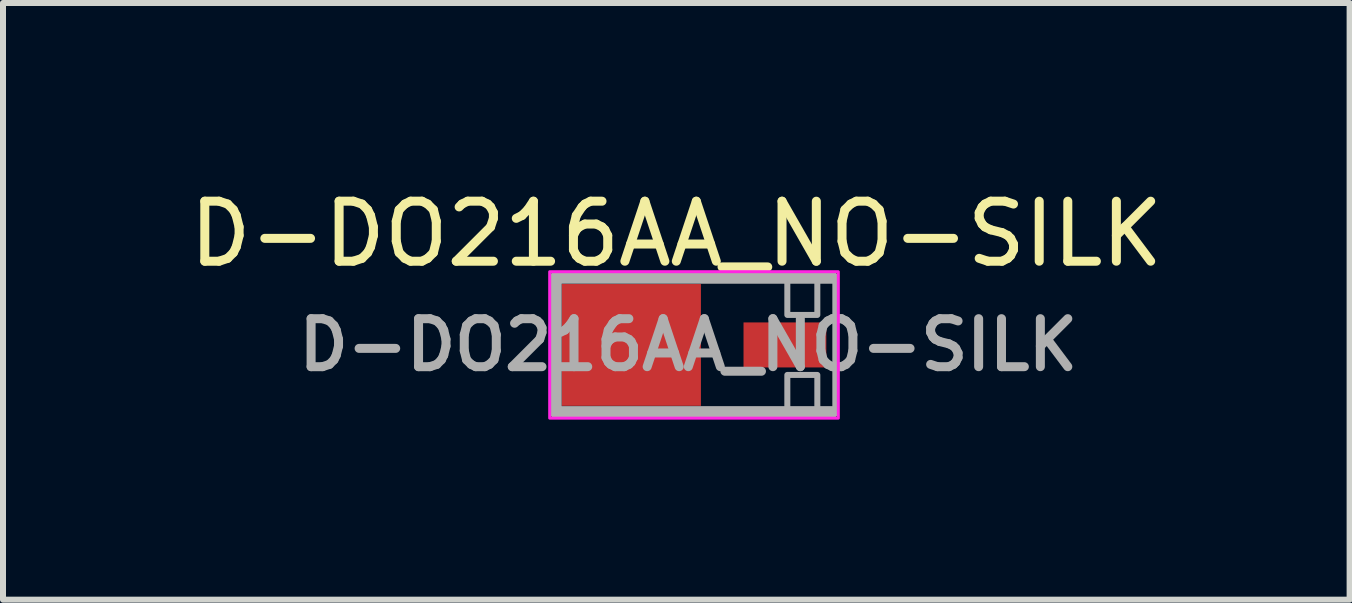
<source format=kicad_pcb>
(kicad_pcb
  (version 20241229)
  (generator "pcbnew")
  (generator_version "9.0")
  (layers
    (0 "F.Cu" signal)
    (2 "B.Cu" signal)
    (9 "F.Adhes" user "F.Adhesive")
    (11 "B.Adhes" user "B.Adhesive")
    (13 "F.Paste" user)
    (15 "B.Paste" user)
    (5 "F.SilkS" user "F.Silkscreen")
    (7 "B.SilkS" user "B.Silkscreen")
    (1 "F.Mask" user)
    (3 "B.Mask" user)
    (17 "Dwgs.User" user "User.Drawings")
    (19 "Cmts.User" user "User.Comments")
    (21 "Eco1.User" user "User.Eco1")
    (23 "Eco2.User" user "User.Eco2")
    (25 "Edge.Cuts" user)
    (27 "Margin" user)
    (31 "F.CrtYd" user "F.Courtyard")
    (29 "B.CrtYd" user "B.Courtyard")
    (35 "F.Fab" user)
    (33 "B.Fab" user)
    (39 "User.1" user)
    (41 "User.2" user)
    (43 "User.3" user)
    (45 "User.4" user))
  (footprint "D-DO216AA_NO-SILK"
    (layer "F.Cu")
    (at 7.47 2.698)
    (property "Reference" "D-DO216AA_NO-SILK" (at 0.75 -1.85 0) (layer "F.SilkS") (effects (font (size 1 1) (thickness 0.15))))
    (attr smd)
    (fp_rect (start -1.36 -1.22) (end 3.45 1.22) (stroke (width 0.05) (type default)) (fill no) (layer "F.CrtYd"))
    (fp_line (start -1.26 -1.12) (end -1.26 1.12) (stroke (width 0.2) (type default)) (layer "F.Fab"))
    (fp_line (start -1.26 1.12) (end 3.35 1.12) (stroke (width 0.2) (type default)) (layer "F.Fab"))
    (fp_line (start 3.35 -1.12) (end -1.26 -1.12) (stroke (width 0.2) (type default)) (layer "F.Fab"))
    (fp_rect (start -1.26 -1.12) (end 3.4 1.12) (stroke (width 0.1) (type default)) (fill no) (layer "F.Fab"))
    (fp_rect (start 2.6 -1.12) (end 3.1 -0.5) (stroke (width 0.1) (type solid)) (fill no) (layer "F.Fab"))
    (fp_rect (start 2.6 0.5) (end 3.1 1.12) (stroke (width 0.1) (type solid)) (fill no) (layer "F.Fab"))
    (fp_text user "${REFERENCE}" (at 0.95 0 0) (layer "F.Fab") (effects (font (size 0.8 0.8) (thickness 0.15))))
    (pad "1" smd rect (at 2.56 0) (size 1.38 0.75) (layers "F.Cu" "F.Mask" "F.Paste"))
    (pad "2" smd rect (at 0 0) (size 2.32 2.03) (layers "F.Cu" "F.Mask" "F.Paste")))
  (gr_rect
    (start -3 -3)
    (end 19.44 6.943)
    (stroke (width 0.1) (type default))
    (fill no)
    (layer "Edge.Cuts")))
</source>
